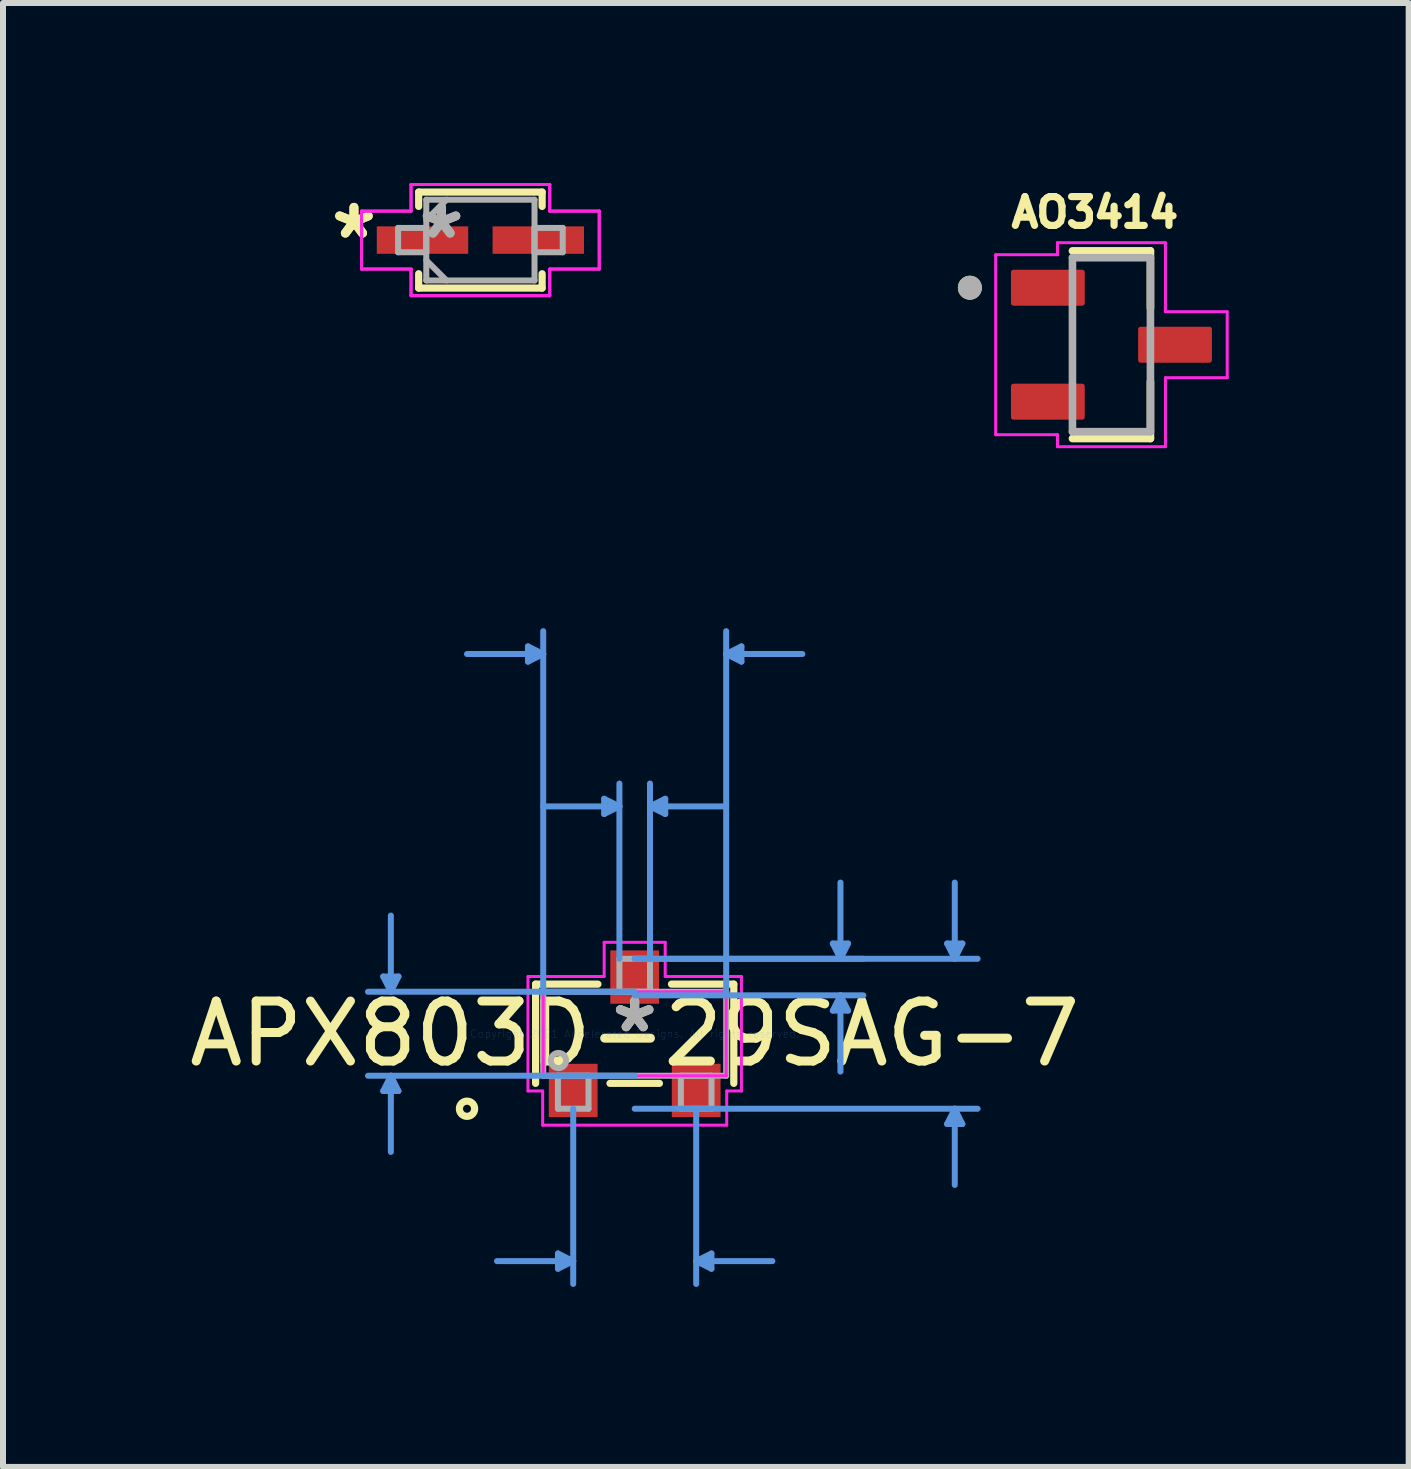
<source format=kicad_pcb>
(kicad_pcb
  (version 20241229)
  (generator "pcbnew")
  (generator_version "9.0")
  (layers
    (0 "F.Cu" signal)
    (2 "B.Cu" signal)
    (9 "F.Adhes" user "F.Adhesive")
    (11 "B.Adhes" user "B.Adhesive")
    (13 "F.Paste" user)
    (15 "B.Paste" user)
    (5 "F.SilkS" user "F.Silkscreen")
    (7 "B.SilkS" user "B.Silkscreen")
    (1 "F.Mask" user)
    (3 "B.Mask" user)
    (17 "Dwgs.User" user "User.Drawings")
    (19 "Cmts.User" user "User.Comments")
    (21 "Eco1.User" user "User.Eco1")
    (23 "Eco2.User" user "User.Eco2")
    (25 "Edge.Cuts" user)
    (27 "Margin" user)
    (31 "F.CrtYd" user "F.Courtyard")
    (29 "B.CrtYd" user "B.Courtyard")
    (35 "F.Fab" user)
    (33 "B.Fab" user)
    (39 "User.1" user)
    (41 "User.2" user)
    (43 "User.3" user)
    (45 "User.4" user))
  (footprint "APX803D-29SAG-7"
    (layer "F.Cu")
    (at 7.53 14.182)
    (property "Reference" "APX803D-29SAG-7" (at 0 0 0) (layer "F.SilkS") (effects (font (size 1 1) (thickness 0.15))))
    (attr through_hole)
    (fp_line (start -1.652 -0.827) (end -1.652 0.827) (stroke (width 0.12) (type solid)) (layer "F.SilkS"))
    (fp_line (start -0.613 -0.827) (end -1.652 -0.827) (stroke (width 0.12) (type solid)) (layer "F.SilkS"))
    (fp_line (start -0.412 0.827) (end 0.412 0.827) (stroke (width 0.12) (type solid)) (layer "F.SilkS"))
    (fp_line (start 1.652 -0.827) (end 0.613 -0.827) (stroke (width 0.12) (type solid)) (layer "F.SilkS"))
    (fp_line (start 1.652 0.827) (end 1.652 -0.827) (stroke (width 0.12) (type solid)) (layer "F.SilkS"))
    (fp_circle (center -2.795 1.25) (end -2.668 1.25) (stroke (width 0.12) (type solid)) (fill no) (layer "F.SilkS"))
    (fp_line (start -4.192 -0.954) (end -3.938 -0.954) (stroke (width 0.1) (type solid)) (layer "Cmts.User"))
    (fp_line (start -4.192 0.954) (end -3.938 0.954) (stroke (width 0.1) (type solid)) (layer "Cmts.User"))
    (fp_line (start -4.065 -0.7) (end -4.192 -0.954) (stroke (width 0.1) (type solid)) (layer "Cmts.User"))
    (fp_line (start -4.065 -0.7) (end -4.065 -1.97) (stroke (width 0.1) (type solid)) (layer "Cmts.User"))
    (fp_line (start -4.065 -0.7) (end -3.938 -0.954) (stroke (width 0.1) (type solid)) (layer "Cmts.User"))
    (fp_line (start -4.065 0.7) (end -4.192 0.954) (stroke (width 0.1) (type solid)) (layer "Cmts.User"))
    (fp_line (start -4.065 0.7) (end -4.065 1.97) (stroke (width 0.1) (type solid)) (layer "Cmts.User"))
    (fp_line (start -4.065 0.7) (end -3.938 0.954) (stroke (width 0.1) (type solid)) (layer "Cmts.User"))
    (fp_line (start -1.779 -6.457) (end -1.779 -6.203) (stroke (width 0.1) (type solid)) (layer "Cmts.User"))
    (fp_line (start -1.525 -6.33) (end -2.795 -6.33) (stroke (width 0.1) (type solid)) (layer "Cmts.User"))
    (fp_line (start -1.525 -6.33) (end -1.779 -6.457) (stroke (width 0.1) (type solid)) (layer "Cmts.User"))
    (fp_line (start -1.525 -6.33) (end -1.779 -6.203) (stroke (width 0.1) (type solid)) (layer "Cmts.User"))
    (fp_line (start -1.525 -0.7) (end -1.525 -6.711) (stroke (width 0.1) (type solid)) (layer "Cmts.User"))
    (fp_line (start -1.279 3.663) (end -1.279 3.917) (stroke (width 0.1) (type solid)) (layer "Cmts.User"))
    (fp_line (start -1.025 1.25) (end -1.025 4.171) (stroke (width 0.1) (type solid)) (layer "Cmts.User"))
    (fp_line (start -1.025 3.79) (end -2.295 3.79) (stroke (width 0.1) (type solid)) (layer "Cmts.User"))
    (fp_line (start -1.025 3.79) (end -1.279 3.663) (stroke (width 0.1) (type solid)) (layer "Cmts.User"))
    (fp_line (start -1.025 3.79) (end -1.279 3.917) (stroke (width 0.1) (type solid)) (layer "Cmts.User"))
    (fp_line (start -0.509 -3.917) (end -0.509 -3.663) (stroke (width 0.1) (type solid)) (layer "Cmts.User"))
    (fp_line (start -0.255 -3.79) (end -1.525 -3.79) (stroke (width 0.1) (type solid)) (layer "Cmts.User"))
    (fp_line (start -0.255 -3.79) (end -0.509 -3.917) (stroke (width 0.1) (type solid)) (layer "Cmts.User"))
    (fp_line (start -0.255 -3.79) (end -0.509 -3.663) (stroke (width 0.1) (type solid)) (layer "Cmts.User"))
    (fp_line (start -0.255 -1.25) (end -0.255 -4.171) (stroke (width 0.1) (type solid)) (layer "Cmts.User"))
    (fp_line (start 0 -1.25) (end 3.811 -1.25) (stroke (width 0.1) (type solid)) (layer "Cmts.User"))
    (fp_line (start 0 -1.25) (end 5.716 -1.25) (stroke (width 0.1) (type solid)) (layer "Cmts.User"))
    (fp_line (start 0 -0.7) (end -4.446 -0.7) (stroke (width 0.1) (type solid)) (layer "Cmts.User"))
    (fp_line (start 0 -0.64) (end 3.811 -0.64) (stroke (width 0.1) (type solid)) (layer "Cmts.User"))
    (fp_line (start 0 0.7) (end -4.446 0.7) (stroke (width 0.1) (type solid)) (layer "Cmts.User"))
    (fp_line (start 0 1.25) (end 5.716 1.25) (stroke (width 0.1) (type solid)) (layer "Cmts.User"))
    (fp_line (start 0.255 -3.79) (end 0.509 -3.917) (stroke (width 0.1) (type solid)) (layer "Cmts.User"))
    (fp_line (start 0.255 -3.79) (end 0.509 -3.663) (stroke (width 0.1) (type solid)) (layer "Cmts.User"))
    (fp_line (start 0.255 -3.79) (end 1.525 -3.79) (stroke (width 0.1) (type solid)) (layer "Cmts.User"))
    (fp_line (start 0.255 -1.25) (end 0.255 -4.171) (stroke (width 0.1) (type solid)) (layer "Cmts.User"))
    (fp_line (start 0.509 -3.917) (end 0.509 -3.663) (stroke (width 0.1) (type solid)) (layer "Cmts.User"))
    (fp_line (start 1.025 1.25) (end 1.025 4.171) (stroke (width 0.1) (type solid)) (layer "Cmts.User"))
    (fp_line (start 1.025 3.79) (end 1.279 3.663) (stroke (width 0.1) (type solid)) (layer "Cmts.User"))
    (fp_line (start 1.025 3.79) (end 1.279 3.917) (stroke (width 0.1) (type solid)) (layer "Cmts.User"))
    (fp_line (start 1.025 3.79) (end 2.295 3.79) (stroke (width 0.1) (type solid)) (layer "Cmts.User"))
    (fp_line (start 1.279 3.663) (end 1.279 3.917) (stroke (width 0.1) (type solid)) (layer "Cmts.User"))
    (fp_line (start 1.525 -6.33) (end 1.779 -6.457) (stroke (width 0.1) (type solid)) (layer "Cmts.User"))
    (fp_line (start 1.525 -6.33) (end 1.779 -6.203) (stroke (width 0.1) (type solid)) (layer "Cmts.User"))
    (fp_line (start 1.525 -6.33) (end 2.795 -6.33) (stroke (width 0.1) (type solid)) (layer "Cmts.User"))
    (fp_line (start 1.525 -0.7) (end 1.525 -6.711) (stroke (width 0.1) (type solid)) (layer "Cmts.User"))
    (fp_line (start 1.779 -6.457) (end 1.779 -6.203) (stroke (width 0.1) (type solid)) (layer "Cmts.User"))
    (fp_line (start 3.303 -1.504) (end 3.557 -1.504) (stroke (width 0.1) (type solid)) (layer "Cmts.User"))
    (fp_line (start 3.303 -0.386) (end 3.557 -0.386) (stroke (width 0.1) (type solid)) (layer "Cmts.User"))
    (fp_line (start 3.43 -1.25) (end 3.303 -1.504) (stroke (width 0.1) (type solid)) (layer "Cmts.User"))
    (fp_line (start 3.43 -1.25) (end 3.43 -2.52) (stroke (width 0.1) (type solid)) (layer "Cmts.User"))
    (fp_line (start 3.43 -1.25) (end 3.557 -1.504) (stroke (width 0.1) (type solid)) (layer "Cmts.User"))
    (fp_line (start 3.43 -0.64) (end 3.303 -0.386) (stroke (width 0.1) (type solid)) (layer "Cmts.User"))
    (fp_line (start 3.43 -0.64) (end 3.43 0.63) (stroke (width 0.1) (type solid)) (layer "Cmts.User"))
    (fp_line (start 3.43 -0.64) (end 3.557 -0.386) (stroke (width 0.1) (type solid)) (layer "Cmts.User"))
    (fp_line (start 5.208 -1.504) (end 5.462 -1.504) (stroke (width 0.1) (type solid)) (layer "Cmts.User"))
    (fp_line (start 5.208 1.504) (end 5.462 1.504) (stroke (width 0.1) (type solid)) (layer "Cmts.User"))
    (fp_line (start 5.335 -1.25) (end 5.208 -1.504) (stroke (width 0.1) (type solid)) (layer "Cmts.User"))
    (fp_line (start 5.335 -1.25) (end 5.335 -2.52) (stroke (width 0.1) (type solid)) (layer "Cmts.User"))
    (fp_line (start 5.335 -1.25) (end 5.462 -1.504) (stroke (width 0.1) (type solid)) (layer "Cmts.User"))
    (fp_line (start 5.335 1.25) (end 5.208 1.504) (stroke (width 0.1) (type solid)) (layer "Cmts.User"))
    (fp_line (start 5.335 1.25) (end 5.335 2.52) (stroke (width 0.1) (type solid)) (layer "Cmts.User"))
    (fp_line (start 5.335 1.25) (end 5.462 1.504) (stroke (width 0.1) (type solid)) (layer "Cmts.User"))
    (fp_line (start -1.779 -0.954) (end -0.509 -0.954) (stroke (width 0.05) (type solid)) (layer "F.CrtYd"))
    (fp_line (start -1.779 0.954) (end -1.779 -0.954) (stroke (width 0.05) (type solid)) (layer "F.CrtYd"))
    (fp_line (start -1.534 0.954) (end -1.779 0.954) (stroke (width 0.05) (type solid)) (layer "F.CrtYd"))
    (fp_line (start -1.534 1.524) (end -1.534 0.954) (stroke (width 0.05) (type solid)) (layer "F.CrtYd"))
    (fp_line (start -1.525 -0.7) (end 1.525 -0.7) (stroke (width 0.05) (type solid)) (layer "F.CrtYd"))
    (fp_line (start -1.525 0.7) (end -1.525 -0.7) (stroke (width 0.05) (type solid)) (layer "F.CrtYd"))
    (fp_line (start -0.509 -1.524) (end 0.508 -1.524) (stroke (width 0.05) (type solid)) (layer "F.CrtYd"))
    (fp_line (start -0.509 -0.954) (end -0.509 -1.524) (stroke (width 0.05) (type solid)) (layer "F.CrtYd"))
    (fp_line (start 0.508 -1.524) (end 0.509 -0.954) (stroke (width 0.05) (type solid)) (layer "F.CrtYd"))
    (fp_line (start 0.509 -0.954) (end 1.779 -0.954) (stroke (width 0.05) (type solid)) (layer "F.CrtYd"))
    (fp_line (start 1.525 -0.7) (end 1.525 0.7) (stroke (width 0.05) (type solid)) (layer "F.CrtYd"))
    (fp_line (start 1.525 0.7) (end -1.525 0.7) (stroke (width 0.05) (type solid)) (layer "F.CrtYd"))
    (fp_line (start 1.534 0.954) (end 1.534 1.524) (stroke (width 0.05) (type solid)) (layer "F.CrtYd"))
    (fp_line (start 1.534 1.524) (end -1.534 1.524) (stroke (width 0.05) (type solid)) (layer "F.CrtYd"))
    (fp_line (start 1.779 -0.954) (end 1.779 0.954) (stroke (width 0.05) (type solid)) (layer "F.CrtYd"))
    (fp_line (start 1.779 0.954) (end 1.534 0.954) (stroke (width 0.05) (type solid)) (layer "F.CrtYd"))
    (fp_line (start -1.525 -0.7) (end -1.525 0.7) (stroke (width 0.1) (type solid)) (layer "F.Fab"))
    (fp_line (start -1.525 0.7) (end 1.525 0.7) (stroke (width 0.1) (type solid)) (layer "F.Fab"))
    (fp_line (start -1.28 0.7) (end -1.28 1.25) (stroke (width 0.1) (type solid)) (layer "F.Fab"))
    (fp_line (start -1.28 1.25) (end -0.77 1.25) (stroke (width 0.1) (type solid)) (layer "F.Fab"))
    (fp_line (start -0.77 0.7) (end -1.28 0.7) (stroke (width 0.1) (type solid)) (layer "F.Fab"))
    (fp_line (start -0.77 1.25) (end -0.77 0.7) (stroke (width 0.1) (type solid)) (layer "F.Fab"))
    (fp_line (start -0.255 -1.25) (end -0.255 -0.7) (stroke (width 0.1) (type solid)) (layer "F.Fab"))
    (fp_line (start -0.255 -0.7) (end 0.255 -0.7) (stroke (width 0.1) (type solid)) (layer "F.Fab"))
    (fp_line (start 0.255 -1.25) (end -0.255 -1.25) (stroke (width 0.1) (type solid)) (layer "F.Fab"))
    (fp_line (start 0.255 -0.7) (end 0.255 -1.25) (stroke (width 0.1) (type solid)) (layer "F.Fab"))
    (fp_line (start 0.77 0.7) (end 0.77 1.25) (stroke (width 0.1) (type solid)) (layer "F.Fab"))
    (fp_line (start 0.77 1.25) (end 1.28 1.25) (stroke (width 0.1) (type solid)) (layer "F.Fab"))
    (fp_line (start 1.28 0.7) (end 0.77 0.7) (stroke (width 0.1) (type solid)) (layer "F.Fab"))
    (fp_line (start 1.28 1.25) (end 1.28 0.7) (stroke (width 0.1) (type solid)) (layer "F.Fab"))
    (fp_line (start 1.525 -0.7) (end -1.525 -0.7) (stroke (width 0.1) (type solid)) (layer "F.Fab"))
    (fp_line (start 1.525 0.7) (end 1.525 -0.7) (stroke (width 0.1) (type solid)) (layer "F.Fab"))
    (fp_circle (center -1.271 0.446) (end -1.144 0.446) (stroke (width 0.1) (type solid)) (fill no) (layer "F.Fab"))
    (fp_text user "*" (at 0 0 0) (layer "F.SilkS") (effects (font (size 1 1) (thickness 0.15))))
    (fp_text user "Copyright 2021 Accelerated Designs. All rights reserved." (at 0 0 0) (layer "Cmts.User") (effects (font (size 0.127 0.127) (thickness 0.002))))
    (fp_text user "*" (at 0 0 0) (layer "F.Fab") (effects (font (size 1 1) (thickness 0.15))))
    (pad "1" smd rect (at -1.025 0.945) (size 0.813 0.889) (layers "F.Cu" "F.Mask" "F.Paste"))
    (pad "2" smd rect (at 1.025 0.945) (size 0.813 0.889) (layers "F.Cu" "F.Mask" "F.Paste"))
    (pad "3" smd rect (at 0 -0.945) (size 0.813 0.889) (layers "F.Cu" "F.Mask" "F.Paste")))
  (footprint "1N4148WSTR"
    (layer "F.Cu")
    (at 4.958 0.952)
    (property "Reference" "1N4148WSTR" (at 0 1.69 0) (layer "User.2") (effects (font (size 1 1) (thickness 0.15))))
    (attr through_hole)
    (fp_line (start -1.029 -0.8) (end -1.029 -0.561) (stroke (width 0.12) (type solid)) (layer "F.SilkS"))
    (fp_line (start -1.029 0.561) (end -1.029 0.8) (stroke (width 0.12) (type solid)) (layer "F.SilkS"))
    (fp_line (start -1.029 0.8) (end 1.029 0.8) (stroke (width 0.12) (type solid)) (layer "F.SilkS"))
    (fp_line (start 1.029 -0.8) (end -1.029 -0.8) (stroke (width 0.12) (type solid)) (layer "F.SilkS"))
    (fp_line (start 1.029 -0.561) (end 1.029 -0.8) (stroke (width 0.12) (type solid)) (layer "F.SilkS"))
    (fp_line (start 1.029 0.8) (end 1.029 0.561) (stroke (width 0.12) (type solid)) (layer "F.SilkS"))
    (fp_line (start -1.981 -0.483) (end -1.156 -0.483) (stroke (width 0.05) (type solid)) (layer "F.CrtYd"))
    (fp_line (start -1.981 -0.483) (end -1.156 -0.483) (stroke (width 0.05) (type solid)) (layer "F.CrtYd"))
    (fp_line (start -1.981 0.483) (end -1.981 -0.483) (stroke (width 0.05) (type solid)) (layer "F.CrtYd"))
    (fp_line (start -1.981 0.483) (end -1.981 -0.483) (stroke (width 0.05) (type solid)) (layer "F.CrtYd"))
    (fp_line (start -1.156 -0.927) (end 1.156 -0.927) (stroke (width 0.05) (type solid)) (layer "F.CrtYd"))
    (fp_line (start -1.156 -0.927) (end 1.156 -0.927) (stroke (width 0.05) (type solid)) (layer "F.CrtYd"))
    (fp_line (start -1.156 -0.483) (end -1.156 -0.927) (stroke (width 0.05) (type solid)) (layer "F.CrtYd"))
    (fp_line (start -1.156 -0.483) (end -1.156 -0.927) (stroke (width 0.05) (type solid)) (layer "F.CrtYd"))
    (fp_line (start -1.156 0.483) (end -1.981 0.483) (stroke (width 0.05) (type solid)) (layer "F.CrtYd"))
    (fp_line (start -1.156 0.483) (end -1.981 0.483) (stroke (width 0.05) (type solid)) (layer "F.CrtYd"))
    (fp_line (start -1.156 0.927) (end -1.156 0.483) (stroke (width 0.05) (type solid)) (layer "F.CrtYd"))
    (fp_line (start -1.156 0.927) (end -1.156 0.483) (stroke (width 0.05) (type solid)) (layer "F.CrtYd"))
    (fp_line (start 1.156 -0.927) (end 1.156 -0.483) (stroke (width 0.05) (type solid)) (layer "F.CrtYd"))
    (fp_line (start 1.156 -0.927) (end 1.156 -0.483) (stroke (width 0.05) (type solid)) (layer "F.CrtYd"))
    (fp_line (start 1.156 -0.483) (end 1.981 -0.483) (stroke (width 0.05) (type solid)) (layer "F.CrtYd"))
    (fp_line (start 1.156 -0.483) (end 1.981 -0.483) (stroke (width 0.05) (type solid)) (layer "F.CrtYd"))
    (fp_line (start 1.156 0.483) (end 1.156 0.927) (stroke (width 0.05) (type solid)) (layer "F.CrtYd"))
    (fp_line (start 1.156 0.483) (end 1.156 0.927) (stroke (width 0.05) (type solid)) (layer "F.CrtYd"))
    (fp_line (start 1.156 0.927) (end -1.156 0.927) (stroke (width 0.05) (type solid)) (layer "F.CrtYd"))
    (fp_line (start 1.156 0.927) (end -1.156 0.927) (stroke (width 0.05) (type solid)) (layer "F.CrtYd"))
    (fp_line (start 1.981 -0.483) (end 1.981 0.483) (stroke (width 0.05) (type solid)) (layer "F.CrtYd"))
    (fp_line (start 1.981 -0.483) (end 1.981 0.483) (stroke (width 0.05) (type solid)) (layer "F.CrtYd"))
    (fp_line (start 1.981 0.483) (end 1.156 0.483) (stroke (width 0.05) (type solid)) (layer "F.CrtYd"))
    (fp_line (start 1.981 0.483) (end 1.156 0.483) (stroke (width 0.05) (type solid)) (layer "F.CrtYd"))
    (fp_line (start -1.372 -0.203) (end -1.372 0.203) (stroke (width 0.1) (type solid)) (layer "F.Fab"))
    (fp_line (start -1.372 0.203) (end -0.902 0.203) (stroke (width 0.1) (type solid)) (layer "F.Fab"))
    (fp_line (start -0.902 -0.673) (end -0.902 0.673) (stroke (width 0.1) (type solid)) (layer "F.Fab"))
    (fp_line (start -0.902 -0.337) (end -0.565 -0.673) (stroke (width 0.1) (type solid)) (layer "F.Fab"))
    (fp_line (start -0.902 -0.203) (end -1.372 -0.203) (stroke (width 0.1) (type solid)) (layer "F.Fab"))
    (fp_line (start -0.902 0.203) (end -0.902 -0.203) (stroke (width 0.1) (type solid)) (layer "F.Fab"))
    (fp_line (start -0.902 0.337) (end -0.565 0.673) (stroke (width 0.1) (type solid)) (layer "F.Fab"))
    (fp_line (start -0.902 0.673) (end 0.902 0.673) (stroke (width 0.1) (type solid)) (layer "F.Fab"))
    (fp_line (start 0.902 -0.673) (end -0.902 -0.673) (stroke (width 0.1) (type solid)) (layer "F.Fab"))
    (fp_line (start 0.902 -0.203) (end 0.902 0.203) (stroke (width 0.1) (type solid)) (layer "F.Fab"))
    (fp_line (start 0.902 0.203) (end 1.372 0.203) (stroke (width 0.1) (type solid)) (layer "F.Fab"))
    (fp_line (start 0.902 0.673) (end 0.902 -0.673) (stroke (width 0.1) (type solid)) (layer "F.Fab"))
    (fp_line (start 1.372 -0.203) (end 0.902 -0.203) (stroke (width 0.1) (type solid)) (layer "F.Fab"))
    (fp_line (start 1.372 0.203) (end 1.372 -0.203) (stroke (width 0.1) (type solid)) (layer "F.Fab"))
    (fp_text user "*" (at -2.108 0 0) (layer "F.SilkS") (effects (font (size 1 1) (thickness 0.15))))
    (fp_text user "*" (at -2.108 0 0) (layer "F.SilkS") (effects (font (size 1 1) (thickness 0.15))))
    (fp_text user "*" (at -0.648 0 0) (layer "F.Fab") (effects (font (size 1 1) (thickness 0.15))))
    (fp_text user "*" (at -0.648 0 0) (layer "F.Fab") (effects (font (size 1 1) (thickness 0.15))))
    (pad "1" smd rect (at -0.965 0) (size 1.524 0.457) (layers "F.Cu" "F.Mask" "F.Paste"))
    (pad "2" smd rect (at 0.965 0) (size 1.524 0.457) (layers "F.Cu" "F.Mask" "F.Paste")))
  (footprint "AO3414"
    (layer "F.Cu")
    (at 15.477 2.696)
    (property "Reference" "AO3414" (at -0.276 -2.205 0) (layer "F.SilkS") (effects (font (size 0.48 0.48) (thickness 0.15))))
    (attr through_hole)
    (fp_line (start -0.65 -1.564) (end 0.65 -1.564) (stroke (width 0.127) (type solid)) (layer "F.SilkS"))
    (fp_line (start 0.65 -1.564) (end 0.65 -0.614) (stroke (width 0.127) (type solid)) (layer "F.SilkS"))
    (fp_line (start 0.65 1.564) (end -0.65 1.564) (stroke (width 0.127) (type solid)) (layer "F.SilkS"))
    (fp_line (start 0.65 1.564) (end 0.65 0.614) (stroke (width 0.127) (type solid)) (layer "F.SilkS"))
    (fp_circle (center -2.36 -0.95) (end -2.26 -0.95) (stroke (width 0.2) (type solid)) (fill no) (layer "F.SilkS"))
    (fp_line (start -1.93 -1.5) (end -0.9 -1.5) (stroke (width 0.05) (type solid)) (layer "F.CrtYd"))
    (fp_line (start -1.93 1.5) (end -1.93 -1.5) (stroke (width 0.05) (type solid)) (layer "F.CrtYd"))
    (fp_line (start -1.93 1.5) (end -0.9 1.5) (stroke (width 0.05) (type solid)) (layer "F.CrtYd"))
    (fp_line (start -0.9 -1.7) (end 0.9 -1.7) (stroke (width 0.05) (type solid)) (layer "F.CrtYd"))
    (fp_line (start -0.9 -1.5) (end -0.9 -1.7) (stroke (width 0.05) (type solid)) (layer "F.CrtYd"))
    (fp_line (start -0.9 1.7) (end -0.9 1.5) (stroke (width 0.05) (type solid)) (layer "F.CrtYd"))
    (fp_line (start 0.9 -1.7) (end 0.9 -0.55) (stroke (width 0.05) (type solid)) (layer "F.CrtYd"))
    (fp_line (start 0.9 -0.55) (end 1.93 -0.55) (stroke (width 0.05) (type solid)) (layer "F.CrtYd"))
    (fp_line (start 0.9 0.55) (end 0.9 1.7) (stroke (width 0.05) (type solid)) (layer "F.CrtYd"))
    (fp_line (start 0.9 0.55) (end 1.93 0.55) (stroke (width 0.05) (type solid)) (layer "F.CrtYd"))
    (fp_line (start 0.9 1.7) (end -0.9 1.7) (stroke (width 0.05) (type solid)) (layer "F.CrtYd"))
    (fp_line (start 1.93 -0.55) (end 1.93 0.55) (stroke (width 0.05) (type solid)) (layer "F.CrtYd"))
    (fp_line (start -0.65 -1.45) (end 0.65 -1.45) (stroke (width 0.127) (type solid)) (layer "F.Fab"))
    (fp_line (start -0.65 1.45) (end -0.65 -1.45) (stroke (width 0.127) (type solid)) (layer "F.Fab"))
    (fp_line (start 0.65 -1.45) (end 0.65 1.45) (stroke (width 0.127) (type solid)) (layer "F.Fab"))
    (fp_line (start 0.65 1.45) (end -0.65 1.45) (stroke (width 0.127) (type solid)) (layer "F.Fab"))
    (fp_circle (center -2.36 -0.95) (end -2.26 -0.95) (stroke (width 0.2) (type solid)) (fill no) (layer "F.Fab"))
    (pad "1" smd roundrect (at -1.06 -0.95) (size 1.23 0.6) (layers "F.Cu" "F.Mask" "F.Paste") (roundrect_rratio 0.07))
    (pad "2" smd roundrect (at -1.06 0.95) (size 1.23 0.6) (layers "F.Cu" "F.Mask" "F.Paste") (roundrect_rratio 0.07))
    (pad "3" smd roundrect (at 1.06 0) (size 1.23 0.6) (layers "F.Cu" "F.Mask" "F.Paste") (roundrect_rratio 0.07)))
  (gr_rect
    (start -3 -3)
    (end 20.432 21.403)
    (stroke (width 0.1) (type default))
    (fill no)
    (layer "Edge.Cuts")))
</source>
